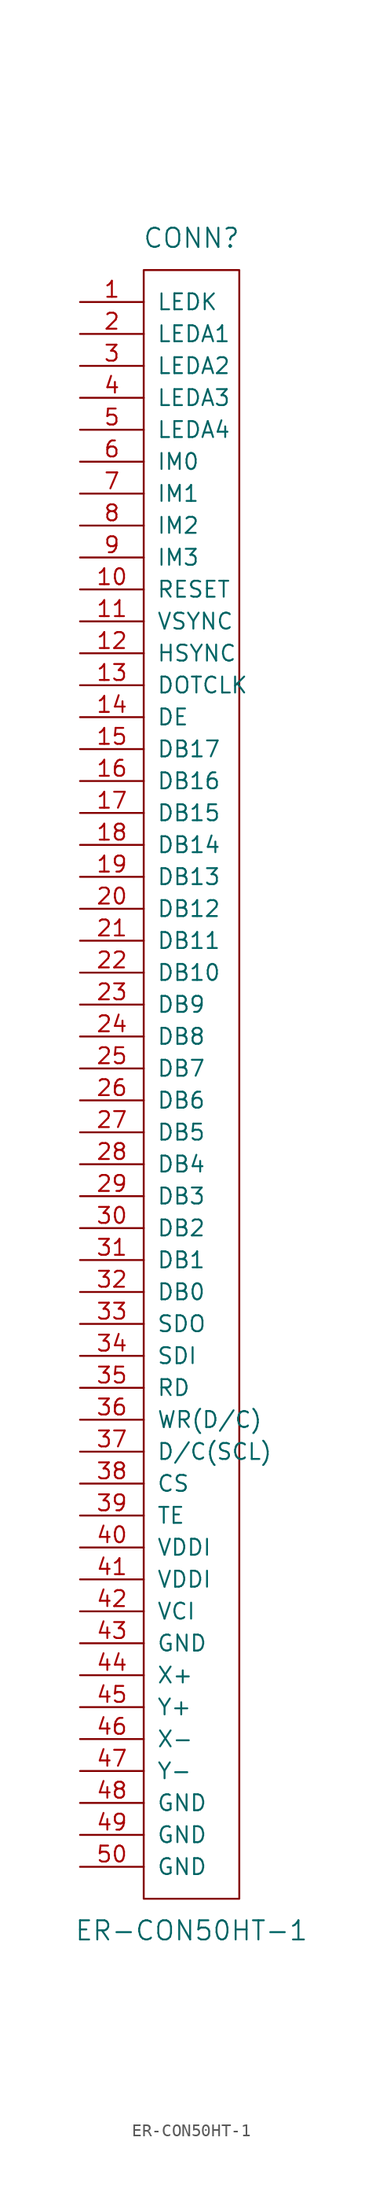
<source format=kicad_sym>
(kicad_symbol_lib
  (version 20220914)
  (generator kicad_symbol_editor)
  (symbol "ER-CON50HT-1"
    (pin_names
      (offset 1.016))
    (property "Reference" "CONN"
      (at 0 49.53 0)
      (effects (font (size 1.524 1.524))))
    (property "Value" "ER-CON50HT-1"
      (at 0 -85.09 0)
      (effects (font (size 1.524 1.524))))
    (symbol "ER-CON50HT-1_0_1"
      (rectangle (start -3.81 46.99) (end 3.81 -82.55) (stroke (width 0) (type solid)) (fill (type none))))
    (symbol "ER-CON50HT-1_1_1"
      (pin power_in line (at -8.89 44.45 0) (length 5.08) (name "LEDK" (effects (font (size 1.27 1.27)))) (number "1" (effects (font (size 1.27 1.27)))))
      (pin input line (at -8.89 21.59 0) (length 5.08) (name "RESET" (effects (font (size 1.27 1.27)))) (number "10" (effects (font (size 1.27 1.27)))))
      (pin input line (at -8.89 19.05 0) (length 5.08) (name "VSYNC" (effects (font (size 1.27 1.27)))) (number "11" (effects (font (size 1.27 1.27)))))
      (pin input line (at -8.89 16.51 0) (length 5.08) (name "HSYNC" (effects (font (size 1.27 1.27)))) (number "12" (effects (font (size 1.27 1.27)))))
      (pin input line (at -8.89 13.97 0) (length 5.08) (name "DOTCLK" (effects (font (size 1.27 1.27)))) (number "13" (effects (font (size 1.27 1.27)))))
      (pin input line (at -8.89 11.43 0) (length 5.08) (name "DE" (effects (font (size 1.27 1.27)))) (number "14" (effects (font (size 1.27 1.27)))))
      (pin input line (at -8.89 8.89 0) (length 5.08) (name "DB17" (effects (font (size 1.27 1.27)))) (number "15" (effects (font (size 1.27 1.27)))))
      (pin input line (at -8.89 6.35 0) (length 5.08) (name "DB16" (effects (font (size 1.27 1.27)))) (number "16" (effects (font (size 1.27 1.27)))))
      (pin input line (at -8.89 3.81 0) (length 5.08) (name "DB15" (effects (font (size 1.27 1.27)))) (number "17" (effects (font (size 1.27 1.27)))))
      (pin input line (at -8.89 1.27 0) (length 5.08) (name "DB14" (effects (font (size 1.27 1.27)))) (number "18" (effects (font (size 1.27 1.27)))))
      (pin input line (at -8.89 -1.27 0) (length 5.08) (name "DB13" (effects (font (size 1.27 1.27)))) (number "19" (effects (font (size 1.27 1.27)))))
      (pin input line (at -8.89 41.91 0) (length 5.08) (name "LEDA1" (effects (font (size 1.27 1.27)))) (number "2" (effects (font (size 1.27 1.27)))))
      (pin input line (at -8.89 -3.81 0) (length 5.08) (name "DB12" (effects (font (size 1.27 1.27)))) (number "20" (effects (font (size 1.27 1.27)))))
      (pin input line (at -8.89 -6.35 0) (length 5.08) (name "DB11" (effects (font (size 1.27 1.27)))) (number "21" (effects (font (size 1.27 1.27)))))
      (pin input line (at -8.89 -8.89 0) (length 5.08) (name "DB10" (effects (font (size 1.27 1.27)))) (number "22" (effects (font (size 1.27 1.27)))))
      (pin input line (at -8.89 -11.43 0) (length 5.08) (name "DB9" (effects (font (size 1.27 1.27)))) (number "23" (effects (font (size 1.27 1.27)))))
      (pin input line (at -8.89 -13.97 0) (length 5.08) (name "DB8" (effects (font (size 1.27 1.27)))) (number "24" (effects (font (size 1.27 1.27)))))
      (pin input line (at -8.89 -16.51 0) (length 5.08) (name "DB7" (effects (font (size 1.27 1.27)))) (number "25" (effects (font (size 1.27 1.27)))))
      (pin input line (at -8.89 -19.05 0) (length 5.08) (name "DB6" (effects (font (size 1.27 1.27)))) (number "26" (effects (font (size 1.27 1.27)))))
      (pin input line (at -8.89 -21.59 0) (length 5.08) (name "DB5" (effects (font (size 1.27 1.27)))) (number "27" (effects (font (size 1.27 1.27)))))
      (pin input line (at -8.89 -24.13 0) (length 5.08) (name "DB4" (effects (font (size 1.27 1.27)))) (number "28" (effects (font (size 1.27 1.27)))))
      (pin input line (at -8.89 -26.67 0) (length 5.08) (name "DB3" (effects (font (size 1.27 1.27)))) (number "29" (effects (font (size 1.27 1.27)))))
      (pin input line (at -8.89 39.37 0) (length 5.08) (name "LEDA2" (effects (font (size 1.27 1.27)))) (number "3" (effects (font (size 1.27 1.27)))))
      (pin input line (at -8.89 -29.21 0) (length 5.08) (name "DB2" (effects (font (size 1.27 1.27)))) (number "30" (effects (font (size 1.27 1.27)))))
      (pin input line (at -8.89 -31.75 0) (length 5.08) (name "DB1" (effects (font (size 1.27 1.27)))) (number "31" (effects (font (size 1.27 1.27)))))
      (pin input line (at -8.89 -34.29 0) (length 5.08) (name "DB0" (effects (font (size 1.27 1.27)))) (number "32" (effects (font (size 1.27 1.27)))))
      (pin input line (at -8.89 -36.83 0) (length 5.08) (name "SDO" (effects (font (size 1.27 1.27)))) (number "33" (effects (font (size 1.27 1.27)))))
      (pin input line (at -8.89 -39.37 0) (length 5.08) (name "SDI" (effects (font (size 1.27 1.27)))) (number "34" (effects (font (size 1.27 1.27)))))
      (pin input line (at -8.89 -41.91 0) (length 5.08) (name "RD" (effects (font (size 1.27 1.27)))) (number "35" (effects (font (size 1.27 1.27)))))
      (pin input line (at -8.89 -44.45 0) (length 5.08) (name "WR(D/C)" (effects (font (size 1.27 1.27)))) (number "36" (effects (font (size 1.27 1.27)))))
      (pin input line (at -8.89 -46.99 0) (length 5.08) (name "D/C(SCL)" (effects (font (size 1.27 1.27)))) (number "37" (effects (font (size 1.27 1.27)))))
      (pin input line (at -8.89 -49.53 0) (length 5.08) (name "CS" (effects (font (size 1.27 1.27)))) (number "38" (effects (font (size 1.27 1.27)))))
      (pin input line (at -8.89 -52.07 0) (length 5.08) (name "TE" (effects (font (size 1.27 1.27)))) (number "39" (effects (font (size 1.27 1.27)))))
      (pin input line (at -8.89 36.83 0) (length 5.08) (name "LEDA3" (effects (font (size 1.27 1.27)))) (number "4" (effects (font (size 1.27 1.27)))))
      (pin input line (at -8.89 -54.61 0) (length 5.08) (name "VDDI" (effects (font (size 1.27 1.27)))) (number "40" (effects (font (size 1.27 1.27)))))
      (pin input line (at -8.89 -57.15 0) (length 5.08) (name "VDDI" (effects (font (size 1.27 1.27)))) (number "41" (effects (font (size 1.27 1.27)))))
      (pin input line (at -8.89 -59.69 0) (length 5.08) (name "VCI" (effects (font (size 1.27 1.27)))) (number "42" (effects (font (size 1.27 1.27)))))
      (pin input line (at -8.89 -62.23 0) (length 5.08) (name "GND" (effects (font (size 1.27 1.27)))) (number "43" (effects (font (size 1.27 1.27)))))
      (pin input line (at -8.89 -64.77 0) (length 5.08) (name "X+" (effects (font (size 1.27 1.27)))) (number "44" (effects (font (size 1.27 1.27)))))
      (pin input line (at -8.89 -67.31 0) (length 5.08) (name "Y+" (effects (font (size 1.27 1.27)))) (number "45" (effects (font (size 1.27 1.27)))))
      (pin input line (at -8.89 -69.85 0) (length 5.08) (name "X-" (effects (font (size 1.27 1.27)))) (number "46" (effects (font (size 1.27 1.27)))))
      (pin input line (at -8.89 -72.39 0) (length 5.08) (name "Y-" (effects (font (size 1.27 1.27)))) (number "47" (effects (font (size 1.27 1.27)))))
      (pin input line (at -8.89 -74.93 0) (length 5.08) (name "GND" (effects (font (size 1.27 1.27)))) (number "48" (effects (font (size 1.27 1.27)))))
      (pin input line (at -8.89 -77.47 0) (length 5.08) (name "GND" (effects (font (size 1.27 1.27)))) (number "49" (effects (font (size 1.27 1.27)))))
      (pin input line (at -8.89 34.29 0) (length 5.08) (name "LEDA4" (effects (font (size 1.27 1.27)))) (number "5" (effects (font (size 1.27 1.27)))))
      (pin input line (at -8.89 -80.01 0) (length 5.08) (name "GND" (effects (font (size 1.27 1.27)))) (number "50" (effects (font (size 1.27 1.27)))))
      (pin input line (at -8.89 31.75 0) (length 5.08) (name "IM0" (effects (font (size 1.27 1.27)))) (number "6" (effects (font (size 1.27 1.27)))))
      (pin input line (at -8.89 29.21 0) (length 5.08) (name "IM1" (effects (font (size 1.27 1.27)))) (number "7" (effects (font (size 1.27 1.27)))))
      (pin input line (at -8.89 26.67 0) (length 5.08) (name "IM2" (effects (font (size 1.27 1.27)))) (number "8" (effects (font (size 1.27 1.27)))))
      (pin input line (at -8.89 24.13 0) (length 5.08) (name "IM3" (effects (font (size 1.27 1.27)))) (number "9" (effects (font (size 1.27 1.27))))))))
</source>
